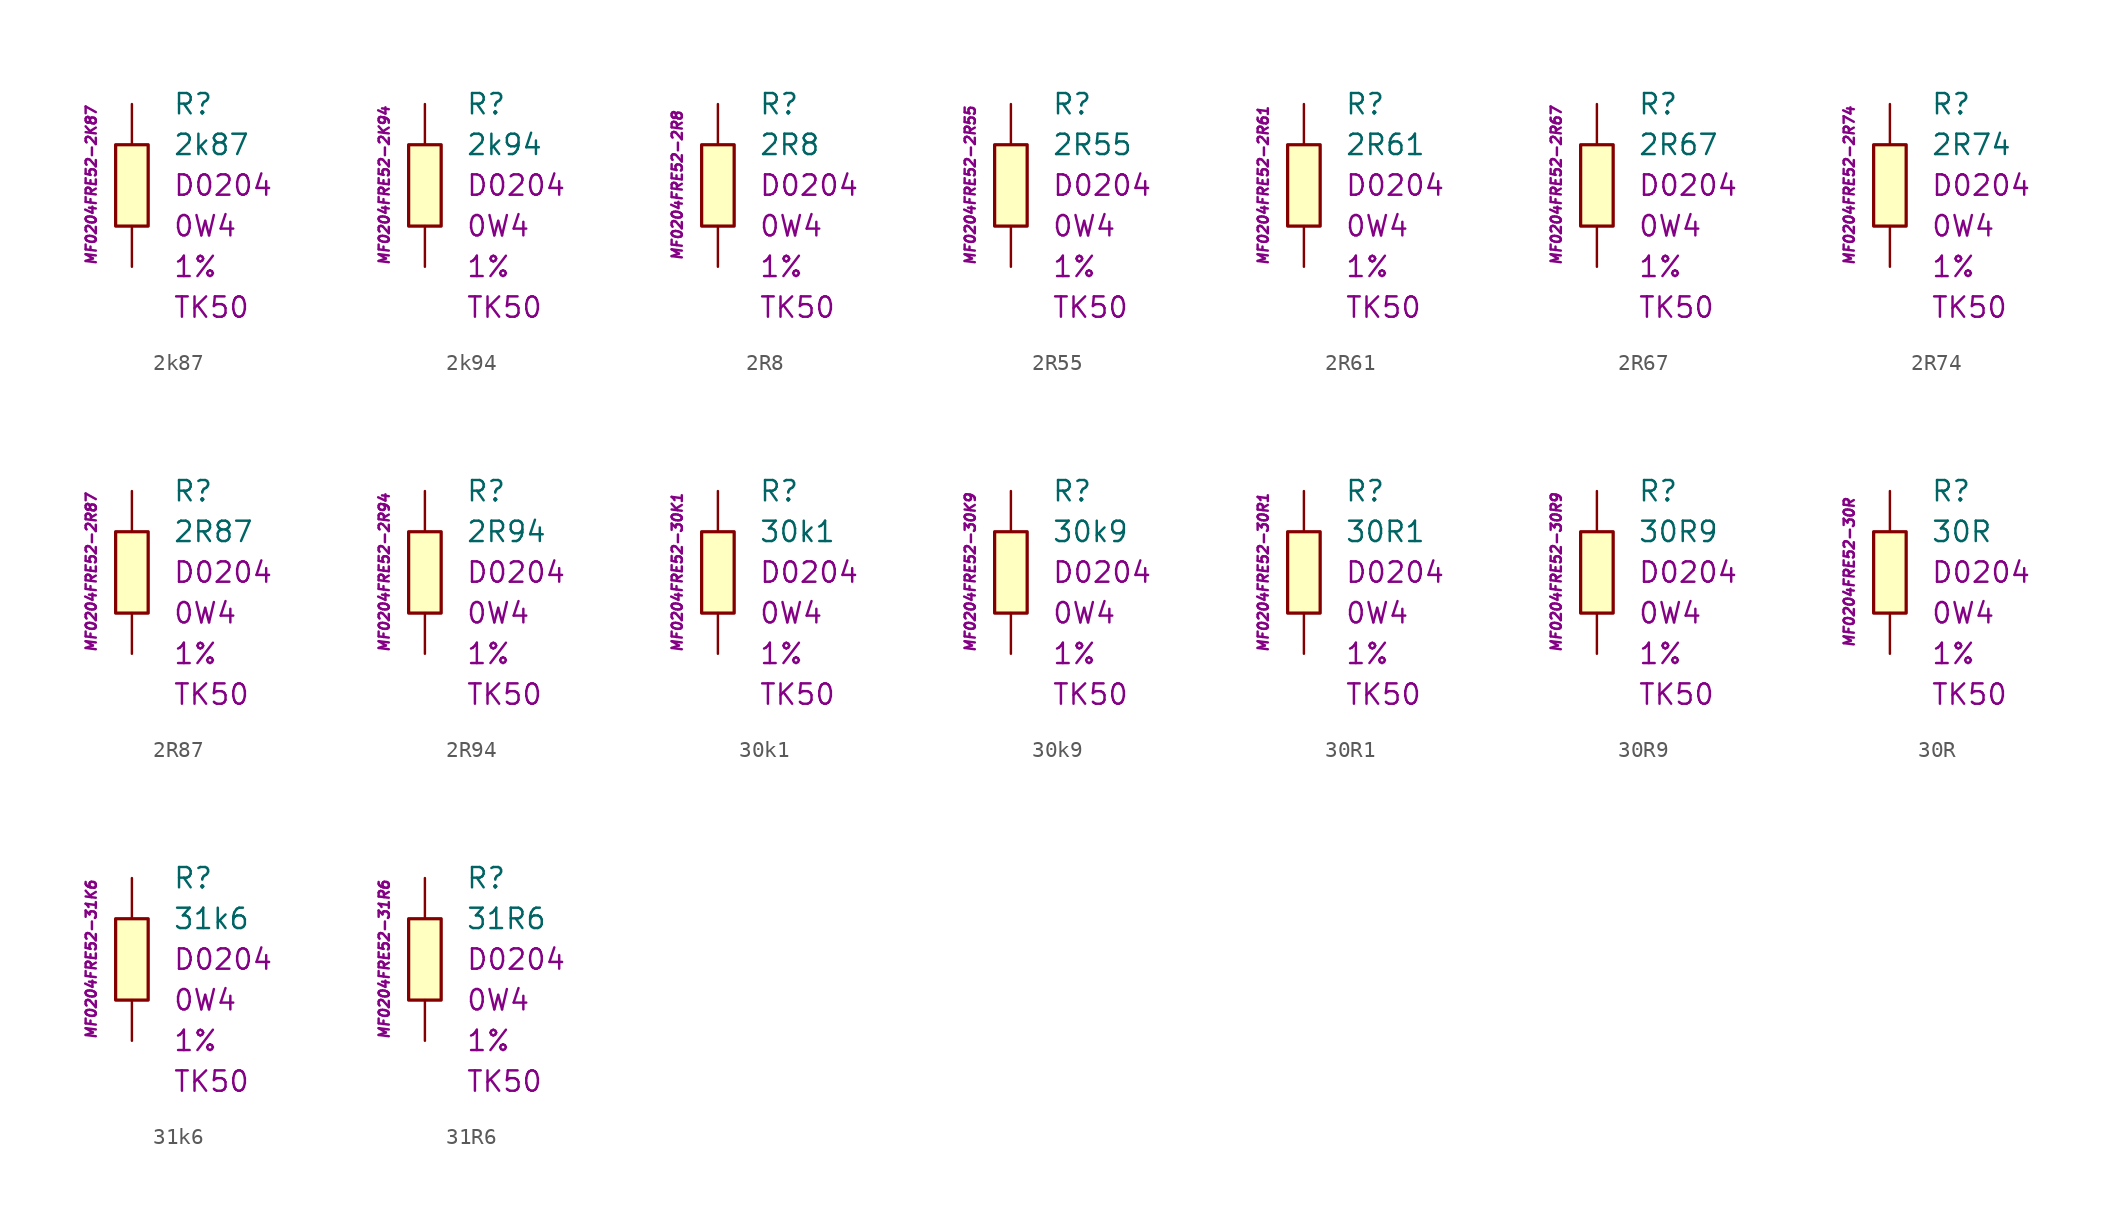
<source format=kicad_sym>
(kicad_symbol_lib
  (version 20201005)
  (generator kicad_symbol_editor)
  (symbol "2k87"
    (pin_numbers hide)
    (pin_names
      (offset 1.016) hide)
    (property "Reference" "R"
      (at 2.54 5.08 0)
      (effects (font (size 1.27 1.27)) (justify left)))
    (property "Value" "2k87"
      (at 2.54 2.54 0)
      (effects (font (size 1.27 1.27)) (justify left)))
    (property "Package" "D0204"
      (at 2.54 0 0)
      (effects (font (size 1.27 1.27)) (justify left)))
    (property "Power" "0W4"
      (at 2.54 -2.54 0)
      (effects (font (size 1.27 1.27)) (justify left)))
    (property "Tolerance" "1%"
      (at 2.54 -5.08 0)
      (effects (font (size 1.27 1.27)) (justify left)))
    (property "TK" "TK50"
      (at 2.54 -7.62 0)
      (effects (font (size 1.27 1.27)) (justify left)))
    (property "ID" "MF0204FRE52-2K87"
      (at -2.54 0 90)
      (effects (font (size 0.635 0.635) italic)))
    (symbol "2k87_0_1"
      (rectangle (start -1.016 2.54) (end 1.016 -2.54) (stroke (width 0.203)) (fill (type background))))
    (symbol "2k87_1_1"
      (pin passive line (at 0 5.08 270) (length 2.54) (name "~" (effects (font (size 1.778 1.778)))) (number "1" (effects (font (size 1.778 1.778)))))
      (pin passive line (at 0 -5.08 90) (length 2.54) (name "~" (effects (font (size 1.778 1.778)))) (number "2" (effects (font (size 1.778 1.778)))))))
  (symbol "2k94"
    (pin_numbers hide)
    (pin_names
      (offset 1.016) hide)
    (property "Reference" "R"
      (at 2.54 5.08 0)
      (effects (font (size 1.27 1.27)) (justify left)))
    (property "Value" "2k94"
      (at 2.54 2.54 0)
      (effects (font (size 1.27 1.27)) (justify left)))
    (property "Package" "D0204"
      (at 2.54 0 0)
      (effects (font (size 1.27 1.27)) (justify left)))
    (property "Power" "0W4"
      (at 2.54 -2.54 0)
      (effects (font (size 1.27 1.27)) (justify left)))
    (property "Tolerance" "1%"
      (at 2.54 -5.08 0)
      (effects (font (size 1.27 1.27)) (justify left)))
    (property "TK" "TK50"
      (at 2.54 -7.62 0)
      (effects (font (size 1.27 1.27)) (justify left)))
    (property "ID" "MF0204FRE52-2K94"
      (at -2.54 0 90)
      (effects (font (size 0.635 0.635) italic)))
    (symbol "2k94_0_1"
      (rectangle (start -1.016 2.54) (end 1.016 -2.54) (stroke (width 0.203)) (fill (type background))))
    (symbol "2k94_1_1"
      (pin passive line (at 0 5.08 270) (length 2.54) (name "~" (effects (font (size 1.778 1.778)))) (number "1" (effects (font (size 1.778 1.778)))))
      (pin passive line (at 0 -5.08 90) (length 2.54) (name "~" (effects (font (size 1.778 1.778)))) (number "2" (effects (font (size 1.778 1.778)))))))
  (symbol "2R8"
    (pin_numbers hide)
    (pin_names
      (offset 1.016) hide)
    (property "Reference" "R"
      (at 2.54 5.08 0)
      (effects (font (size 1.27 1.27)) (justify left)))
    (property "Value" "2R8"
      (at 2.54 2.54 0)
      (effects (font (size 1.27 1.27)) (justify left)))
    (property "Package" "D0204"
      (at 2.54 0 0)
      (effects (font (size 1.27 1.27)) (justify left)))
    (property "Power" "0W4"
      (at 2.54 -2.54 0)
      (effects (font (size 1.27 1.27)) (justify left)))
    (property "Tolerance" "1%"
      (at 2.54 -5.08 0)
      (effects (font (size 1.27 1.27)) (justify left)))
    (property "TK" "TK50"
      (at 2.54 -7.62 0)
      (effects (font (size 1.27 1.27)) (justify left)))
    (property "ID" "MF0204FRE52-2R8"
      (at -2.54 0 90)
      (effects (font (size 0.635 0.635) italic)))
    (symbol "2R8_0_1"
      (rectangle (start -1.016 2.54) (end 1.016 -2.54) (stroke (width 0.203)) (fill (type background))))
    (symbol "2R8_1_1"
      (pin passive line (at 0 5.08 270) (length 2.54) (name "~" (effects (font (size 1.778 1.778)))) (number "1" (effects (font (size 1.778 1.778)))))
      (pin passive line (at 0 -5.08 90) (length 2.54) (name "~" (effects (font (size 1.778 1.778)))) (number "2" (effects (font (size 1.778 1.778)))))))
  (symbol "2R55"
    (pin_numbers hide)
    (pin_names
      (offset 1.016) hide)
    (property "Reference" "R"
      (at 2.54 5.08 0)
      (effects (font (size 1.27 1.27)) (justify left)))
    (property "Value" "2R55"
      (at 2.54 2.54 0)
      (effects (font (size 1.27 1.27)) (justify left)))
    (property "Package" "D0204"
      (at 2.54 0 0)
      (effects (font (size 1.27 1.27)) (justify left)))
    (property "Power" "0W4"
      (at 2.54 -2.54 0)
      (effects (font (size 1.27 1.27)) (justify left)))
    (property "Tolerance" "1%"
      (at 2.54 -5.08 0)
      (effects (font (size 1.27 1.27)) (justify left)))
    (property "TK" "TK50"
      (at 2.54 -7.62 0)
      (effects (font (size 1.27 1.27)) (justify left)))
    (property "ID" "MF0204FRE52-2R55"
      (at -2.54 0 90)
      (effects (font (size 0.635 0.635) italic)))
    (symbol "2R55_0_1"
      (rectangle (start -1.016 2.54) (end 1.016 -2.54) (stroke (width 0.203)) (fill (type background))))
    (symbol "2R55_1_1"
      (pin passive line (at 0 5.08 270) (length 2.54) (name "~" (effects (font (size 1.778 1.778)))) (number "1" (effects (font (size 1.778 1.778)))))
      (pin passive line (at 0 -5.08 90) (length 2.54) (name "~" (effects (font (size 1.778 1.778)))) (number "2" (effects (font (size 1.778 1.778)))))))
  (symbol "2R61"
    (pin_numbers hide)
    (pin_names
      (offset 1.016) hide)
    (property "Reference" "R"
      (at 2.54 5.08 0)
      (effects (font (size 1.27 1.27)) (justify left)))
    (property "Value" "2R61"
      (at 2.54 2.54 0)
      (effects (font (size 1.27 1.27)) (justify left)))
    (property "Package" "D0204"
      (at 2.54 0 0)
      (effects (font (size 1.27 1.27)) (justify left)))
    (property "Power" "0W4"
      (at 2.54 -2.54 0)
      (effects (font (size 1.27 1.27)) (justify left)))
    (property "Tolerance" "1%"
      (at 2.54 -5.08 0)
      (effects (font (size 1.27 1.27)) (justify left)))
    (property "TK" "TK50"
      (at 2.54 -7.62 0)
      (effects (font (size 1.27 1.27)) (justify left)))
    (property "ID" "MF0204FRE52-2R61"
      (at -2.54 0 90)
      (effects (font (size 0.635 0.635) italic)))
    (symbol "2R61_0_1"
      (rectangle (start -1.016 2.54) (end 1.016 -2.54) (stroke (width 0.203)) (fill (type background))))
    (symbol "2R61_1_1"
      (pin passive line (at 0 5.08 270) (length 2.54) (name "~" (effects (font (size 1.778 1.778)))) (number "1" (effects (font (size 1.778 1.778)))))
      (pin passive line (at 0 -5.08 90) (length 2.54) (name "~" (effects (font (size 1.778 1.778)))) (number "2" (effects (font (size 1.778 1.778)))))))
  (symbol "2R67"
    (pin_numbers hide)
    (pin_names
      (offset 1.016) hide)
    (property "Reference" "R"
      (at 2.54 5.08 0)
      (effects (font (size 1.27 1.27)) (justify left)))
    (property "Value" "2R67"
      (at 2.54 2.54 0)
      (effects (font (size 1.27 1.27)) (justify left)))
    (property "Package" "D0204"
      (at 2.54 0 0)
      (effects (font (size 1.27 1.27)) (justify left)))
    (property "Power" "0W4"
      (at 2.54 -2.54 0)
      (effects (font (size 1.27 1.27)) (justify left)))
    (property "Tolerance" "1%"
      (at 2.54 -5.08 0)
      (effects (font (size 1.27 1.27)) (justify left)))
    (property "TK" "TK50"
      (at 2.54 -7.62 0)
      (effects (font (size 1.27 1.27)) (justify left)))
    (property "ID" "MF0204FRE52-2R67"
      (at -2.54 0 90)
      (effects (font (size 0.635 0.635) italic)))
    (symbol "2R67_0_1"
      (rectangle (start -1.016 2.54) (end 1.016 -2.54) (stroke (width 0.203)) (fill (type background))))
    (symbol "2R67_1_1"
      (pin passive line (at 0 5.08 270) (length 2.54) (name "~" (effects (font (size 1.778 1.778)))) (number "1" (effects (font (size 1.778 1.778)))))
      (pin passive line (at 0 -5.08 90) (length 2.54) (name "~" (effects (font (size 1.778 1.778)))) (number "2" (effects (font (size 1.778 1.778)))))))
  (symbol "2R74"
    (pin_numbers hide)
    (pin_names
      (offset 1.016) hide)
    (property "Reference" "R"
      (at 2.54 5.08 0)
      (effects (font (size 1.27 1.27)) (justify left)))
    (property "Value" "2R74"
      (at 2.54 2.54 0)
      (effects (font (size 1.27 1.27)) (justify left)))
    (property "Package" "D0204"
      (at 2.54 0 0)
      (effects (font (size 1.27 1.27)) (justify left)))
    (property "Power" "0W4"
      (at 2.54 -2.54 0)
      (effects (font (size 1.27 1.27)) (justify left)))
    (property "Tolerance" "1%"
      (at 2.54 -5.08 0)
      (effects (font (size 1.27 1.27)) (justify left)))
    (property "TK" "TK50"
      (at 2.54 -7.62 0)
      (effects (font (size 1.27 1.27)) (justify left)))
    (property "ID" "MF0204FRE52-2R74"
      (at -2.54 0 90)
      (effects (font (size 0.635 0.635) italic)))
    (symbol "2R74_0_1"
      (rectangle (start -1.016 2.54) (end 1.016 -2.54) (stroke (width 0.203)) (fill (type background))))
    (symbol "2R74_1_1"
      (pin passive line (at 0 5.08 270) (length 2.54) (name "~" (effects (font (size 1.778 1.778)))) (number "1" (effects (font (size 1.778 1.778)))))
      (pin passive line (at 0 -5.08 90) (length 2.54) (name "~" (effects (font (size 1.778 1.778)))) (number "2" (effects (font (size 1.778 1.778)))))))
  (symbol "2R87"
    (pin_numbers hide)
    (pin_names
      (offset 1.016) hide)
    (property "Reference" "R"
      (at 2.54 5.08 0)
      (effects (font (size 1.27 1.27)) (justify left)))
    (property "Value" "2R87"
      (at 2.54 2.54 0)
      (effects (font (size 1.27 1.27)) (justify left)))
    (property "Package" "D0204"
      (at 2.54 0 0)
      (effects (font (size 1.27 1.27)) (justify left)))
    (property "Power" "0W4"
      (at 2.54 -2.54 0)
      (effects (font (size 1.27 1.27)) (justify left)))
    (property "Tolerance" "1%"
      (at 2.54 -5.08 0)
      (effects (font (size 1.27 1.27)) (justify left)))
    (property "TK" "TK50"
      (at 2.54 -7.62 0)
      (effects (font (size 1.27 1.27)) (justify left)))
    (property "ID" "MF0204FRE52-2R87"
      (at -2.54 0 90)
      (effects (font (size 0.635 0.635) italic)))
    (symbol "2R87_0_1"
      (rectangle (start -1.016 2.54) (end 1.016 -2.54) (stroke (width 0.203)) (fill (type background))))
    (symbol "2R87_1_1"
      (pin passive line (at 0 5.08 270) (length 2.54) (name "~" (effects (font (size 1.778 1.778)))) (number "1" (effects (font (size 1.778 1.778)))))
      (pin passive line (at 0 -5.08 90) (length 2.54) (name "~" (effects (font (size 1.778 1.778)))) (number "2" (effects (font (size 1.778 1.778)))))))
  (symbol "2R94"
    (pin_numbers hide)
    (pin_names
      (offset 1.016) hide)
    (property "Reference" "R"
      (at 2.54 5.08 0)
      (effects (font (size 1.27 1.27)) (justify left)))
    (property "Value" "2R94"
      (at 2.54 2.54 0)
      (effects (font (size 1.27 1.27)) (justify left)))
    (property "Package" "D0204"
      (at 2.54 0 0)
      (effects (font (size 1.27 1.27)) (justify left)))
    (property "Power" "0W4"
      (at 2.54 -2.54 0)
      (effects (font (size 1.27 1.27)) (justify left)))
    (property "Tolerance" "1%"
      (at 2.54 -5.08 0)
      (effects (font (size 1.27 1.27)) (justify left)))
    (property "TK" "TK50"
      (at 2.54 -7.62 0)
      (effects (font (size 1.27 1.27)) (justify left)))
    (property "ID" "MF0204FRE52-2R94"
      (at -2.54 0 90)
      (effects (font (size 0.635 0.635) italic)))
    (symbol "2R94_0_1"
      (rectangle (start -1.016 2.54) (end 1.016 -2.54) (stroke (width 0.203)) (fill (type background))))
    (symbol "2R94_1_1"
      (pin passive line (at 0 5.08 270) (length 2.54) (name "~" (effects (font (size 1.778 1.778)))) (number "1" (effects (font (size 1.778 1.778)))))
      (pin passive line (at 0 -5.08 90) (length 2.54) (name "~" (effects (font (size 1.778 1.778)))) (number "2" (effects (font (size 1.778 1.778)))))))
  (symbol "30k1"
    (pin_numbers hide)
    (pin_names
      (offset 1.016) hide)
    (property "Reference" "R"
      (at 2.54 5.08 0)
      (effects (font (size 1.27 1.27)) (justify left)))
    (property "Value" "30k1"
      (at 2.54 2.54 0)
      (effects (font (size 1.27 1.27)) (justify left)))
    (property "Package" "D0204"
      (at 2.54 0 0)
      (effects (font (size 1.27 1.27)) (justify left)))
    (property "Power" "0W4"
      (at 2.54 -2.54 0)
      (effects (font (size 1.27 1.27)) (justify left)))
    (property "Tolerance" "1%"
      (at 2.54 -5.08 0)
      (effects (font (size 1.27 1.27)) (justify left)))
    (property "TK" "TK50"
      (at 2.54 -7.62 0)
      (effects (font (size 1.27 1.27)) (justify left)))
    (property "ID" "MF0204FRE52-30K1"
      (at -2.54 0 90)
      (effects (font (size 0.635 0.635) italic)))
    (symbol "30k1_0_1"
      (rectangle (start -1.016 2.54) (end 1.016 -2.54) (stroke (width 0.203)) (fill (type background))))
    (symbol "30k1_1_1"
      (pin passive line (at 0 5.08 270) (length 2.54) (name "~" (effects (font (size 1.778 1.778)))) (number "1" (effects (font (size 1.778 1.778)))))
      (pin passive line (at 0 -5.08 90) (length 2.54) (name "~" (effects (font (size 1.778 1.778)))) (number "2" (effects (font (size 1.778 1.778)))))))
  (symbol "30k9"
    (pin_numbers hide)
    (pin_names
      (offset 1.016) hide)
    (property "Reference" "R"
      (at 2.54 5.08 0)
      (effects (font (size 1.27 1.27)) (justify left)))
    (property "Value" "30k9"
      (at 2.54 2.54 0)
      (effects (font (size 1.27 1.27)) (justify left)))
    (property "Package" "D0204"
      (at 2.54 0 0)
      (effects (font (size 1.27 1.27)) (justify left)))
    (property "Power" "0W4"
      (at 2.54 -2.54 0)
      (effects (font (size 1.27 1.27)) (justify left)))
    (property "Tolerance" "1%"
      (at 2.54 -5.08 0)
      (effects (font (size 1.27 1.27)) (justify left)))
    (property "TK" "TK50"
      (at 2.54 -7.62 0)
      (effects (font (size 1.27 1.27)) (justify left)))
    (property "ID" "MF0204FRE52-30K9"
      (at -2.54 0 90)
      (effects (font (size 0.635 0.635) italic)))
    (symbol "30k9_0_1"
      (rectangle (start -1.016 2.54) (end 1.016 -2.54) (stroke (width 0.203)) (fill (type background))))
    (symbol "30k9_1_1"
      (pin passive line (at 0 5.08 270) (length 2.54) (name "~" (effects (font (size 1.778 1.778)))) (number "1" (effects (font (size 1.778 1.778)))))
      (pin passive line (at 0 -5.08 90) (length 2.54) (name "~" (effects (font (size 1.778 1.778)))) (number "2" (effects (font (size 1.778 1.778)))))))
  (symbol "30R1"
    (pin_numbers hide)
    (pin_names
      (offset 1.016) hide)
    (property "Reference" "R"
      (at 2.54 5.08 0)
      (effects (font (size 1.27 1.27)) (justify left)))
    (property "Value" "30R1"
      (at 2.54 2.54 0)
      (effects (font (size 1.27 1.27)) (justify left)))
    (property "Package" "D0204"
      (at 2.54 0 0)
      (effects (font (size 1.27 1.27)) (justify left)))
    (property "Power" "0W4"
      (at 2.54 -2.54 0)
      (effects (font (size 1.27 1.27)) (justify left)))
    (property "Tolerance" "1%"
      (at 2.54 -5.08 0)
      (effects (font (size 1.27 1.27)) (justify left)))
    (property "TK" "TK50"
      (at 2.54 -7.62 0)
      (effects (font (size 1.27 1.27)) (justify left)))
    (property "ID" "MF0204FRE52-30R1"
      (at -2.54 0 90)
      (effects (font (size 0.635 0.635) italic)))
    (symbol "30R1_0_1"
      (rectangle (start -1.016 2.54) (end 1.016 -2.54) (stroke (width 0.203)) (fill (type background))))
    (symbol "30R1_1_1"
      (pin passive line (at 0 5.08 270) (length 2.54) (name "~" (effects (font (size 1.778 1.778)))) (number "1" (effects (font (size 1.778 1.778)))))
      (pin passive line (at 0 -5.08 90) (length 2.54) (name "~" (effects (font (size 1.778 1.778)))) (number "2" (effects (font (size 1.778 1.778)))))))
  (symbol "30R9"
    (pin_numbers hide)
    (pin_names
      (offset 1.016) hide)
    (property "Reference" "R"
      (at 2.54 5.08 0)
      (effects (font (size 1.27 1.27)) (justify left)))
    (property "Value" "30R9"
      (at 2.54 2.54 0)
      (effects (font (size 1.27 1.27)) (justify left)))
    (property "Package" "D0204"
      (at 2.54 0 0)
      (effects (font (size 1.27 1.27)) (justify left)))
    (property "Power" "0W4"
      (at 2.54 -2.54 0)
      (effects (font (size 1.27 1.27)) (justify left)))
    (property "Tolerance" "1%"
      (at 2.54 -5.08 0)
      (effects (font (size 1.27 1.27)) (justify left)))
    (property "TK" "TK50"
      (at 2.54 -7.62 0)
      (effects (font (size 1.27 1.27)) (justify left)))
    (property "ID" "MF0204FRE52-30R9"
      (at -2.54 0 90)
      (effects (font (size 0.635 0.635) italic)))
    (symbol "30R9_0_1"
      (rectangle (start -1.016 2.54) (end 1.016 -2.54) (stroke (width 0.203)) (fill (type background))))
    (symbol "30R9_1_1"
      (pin passive line (at 0 5.08 270) (length 2.54) (name "~" (effects (font (size 1.778 1.778)))) (number "1" (effects (font (size 1.778 1.778)))))
      (pin passive line (at 0 -5.08 90) (length 2.54) (name "~" (effects (font (size 1.778 1.778)))) (number "2" (effects (font (size 1.778 1.778)))))))
  (symbol "30R"
    (pin_numbers hide)
    (pin_names
      (offset 1.016) hide)
    (property "Reference" "R"
      (at 2.54 5.08 0)
      (effects (font (size 1.27 1.27)) (justify left)))
    (property "Value" "30R"
      (at 2.54 2.54 0)
      (effects (font (size 1.27 1.27)) (justify left)))
    (property "Package" "D0204"
      (at 2.54 0 0)
      (effects (font (size 1.27 1.27)) (justify left)))
    (property "Power" "0W4"
      (at 2.54 -2.54 0)
      (effects (font (size 1.27 1.27)) (justify left)))
    (property "Tolerance" "1%"
      (at 2.54 -5.08 0)
      (effects (font (size 1.27 1.27)) (justify left)))
    (property "TK" "TK50"
      (at 2.54 -7.62 0)
      (effects (font (size 1.27 1.27)) (justify left)))
    (property "ID" "MF0204FRE52-30R"
      (at -2.54 0 90)
      (effects (font (size 0.635 0.635) italic)))
    (symbol "30R_0_1"
      (rectangle (start -1.016 2.54) (end 1.016 -2.54) (stroke (width 0.203)) (fill (type background))))
    (symbol "30R_1_1"
      (pin passive line (at 0 5.08 270) (length 2.54) (name "~" (effects (font (size 1.778 1.778)))) (number "1" (effects (font (size 1.778 1.778)))))
      (pin passive line (at 0 -5.08 90) (length 2.54) (name "~" (effects (font (size 1.778 1.778)))) (number "2" (effects (font (size 1.778 1.778)))))))
  (symbol "31k6"
    (pin_numbers hide)
    (pin_names
      (offset 1.016) hide)
    (property "Reference" "R"
      (at 2.54 5.08 0)
      (effects (font (size 1.27 1.27)) (justify left)))
    (property "Value" "31k6"
      (at 2.54 2.54 0)
      (effects (font (size 1.27 1.27)) (justify left)))
    (property "Package" "D0204"
      (at 2.54 0 0)
      (effects (font (size 1.27 1.27)) (justify left)))
    (property "Power" "0W4"
      (at 2.54 -2.54 0)
      (effects (font (size 1.27 1.27)) (justify left)))
    (property "Tolerance" "1%"
      (at 2.54 -5.08 0)
      (effects (font (size 1.27 1.27)) (justify left)))
    (property "TK" "TK50"
      (at 2.54 -7.62 0)
      (effects (font (size 1.27 1.27)) (justify left)))
    (property "ID" "MF0204FRE52-31K6"
      (at -2.54 0 90)
      (effects (font (size 0.635 0.635) italic)))
    (symbol "31k6_0_1"
      (rectangle (start -1.016 2.54) (end 1.016 -2.54) (stroke (width 0.203)) (fill (type background))))
    (symbol "31k6_1_1"
      (pin passive line (at 0 5.08 270) (length 2.54) (name "~" (effects (font (size 1.778 1.778)))) (number "1" (effects (font (size 1.778 1.778)))))
      (pin passive line (at 0 -5.08 90) (length 2.54) (name "~" (effects (font (size 1.778 1.778)))) (number "2" (effects (font (size 1.778 1.778)))))))
  (symbol "31R6"
    (pin_numbers hide)
    (pin_names
      (offset 1.016) hide)
    (property "Reference" "R"
      (at 2.54 5.08 0)
      (effects (font (size 1.27 1.27)) (justify left)))
    (property "Value" "31R6"
      (at 2.54 2.54 0)
      (effects (font (size 1.27 1.27)) (justify left)))
    (property "Package" "D0204"
      (at 2.54 0 0)
      (effects (font (size 1.27 1.27)) (justify left)))
    (property "Power" "0W4"
      (at 2.54 -2.54 0)
      (effects (font (size 1.27 1.27)) (justify left)))
    (property "Tolerance" "1%"
      (at 2.54 -5.08 0)
      (effects (font (size 1.27 1.27)) (justify left)))
    (property "TK" "TK50"
      (at 2.54 -7.62 0)
      (effects (font (size 1.27 1.27)) (justify left)))
    (property "ID" "MF0204FRE52-31R6"
      (at -2.54 0 90)
      (effects (font (size 0.635 0.635) italic)))
    (symbol "31R6_0_1"
      (rectangle (start -1.016 2.54) (end 1.016 -2.54) (stroke (width 0.203)) (fill (type background))))
    (symbol "31R6_1_1"
      (pin passive line (at 0 5.08 270) (length 2.54) (name "~" (effects (font (size 1.778 1.778)))) (number "1" (effects (font (size 1.778 1.778)))))
      (pin passive line (at 0 -5.08 90) (length 2.54) (name "~" (effects (font (size 1.778 1.778)))) (number "2" (effects (font (size 1.778 1.778))))))))
</source>
